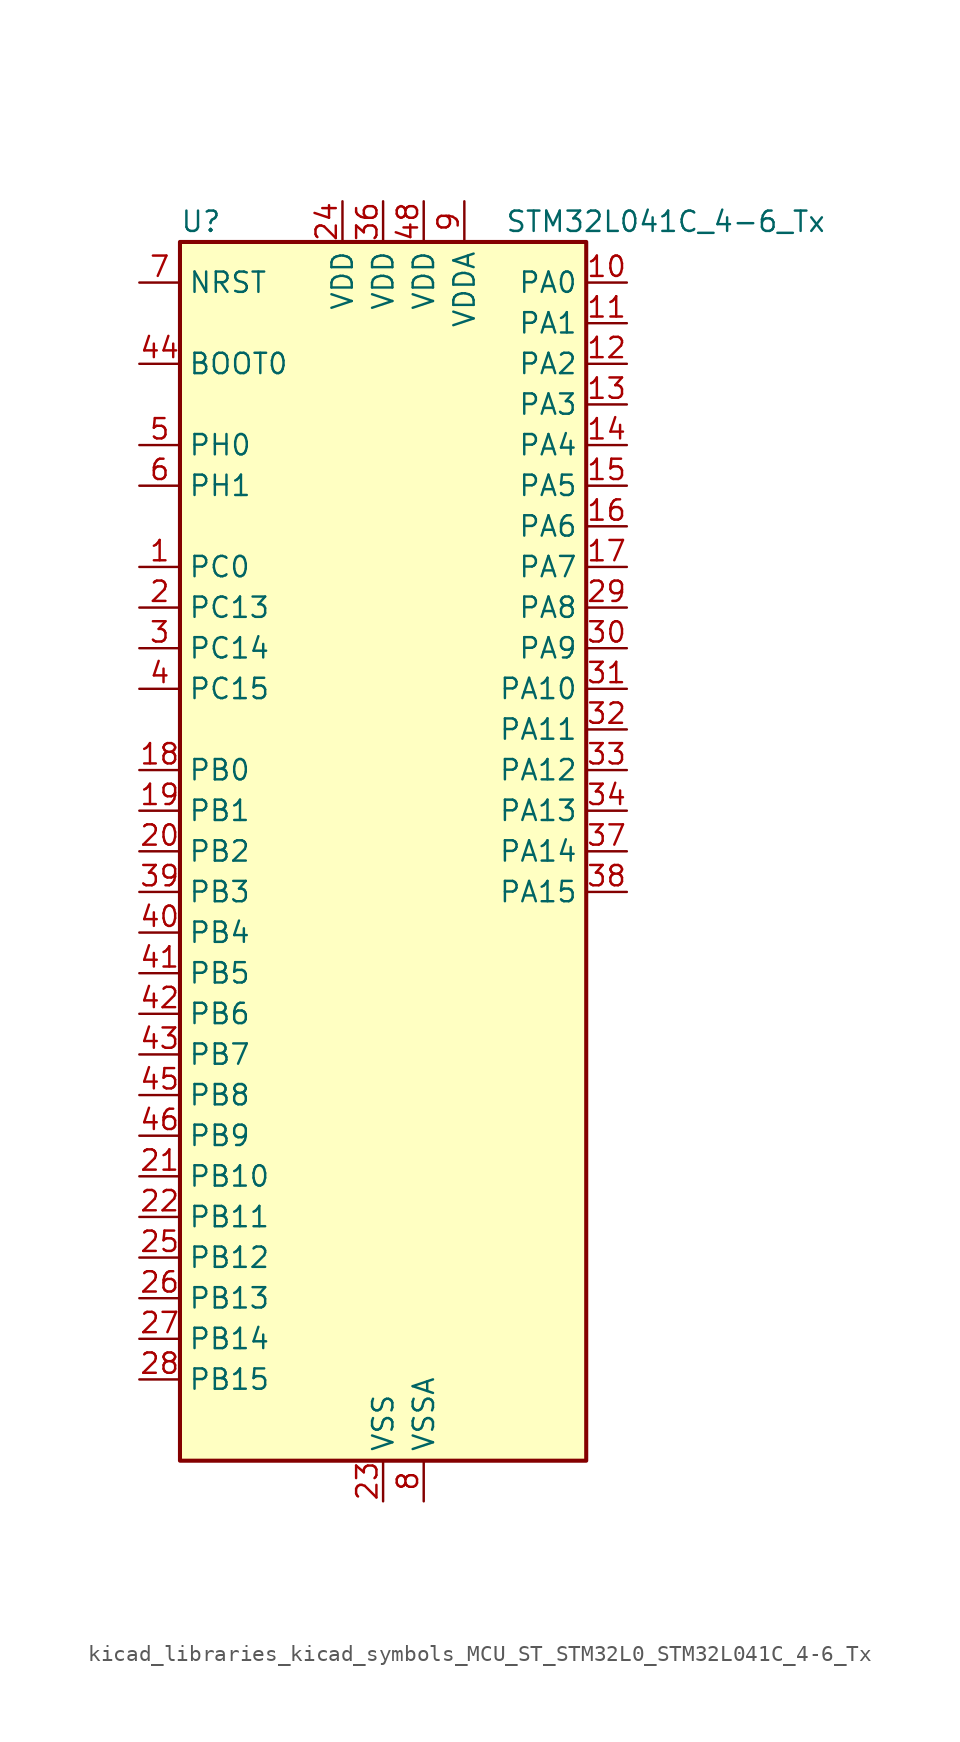
<source format=kicad_sym>
(kicad_symbol_lib
  (version 20220914)
  (generator kicad_symbol_editor)
  (symbol "kicad_libraries_kicad_symbols_MCU_ST_STM32L0_STM32L041C_4-6_Tx"
    (property "Reference" "U"
      (at -12.7 39.37 0)
      (effects (font (size 1.27 1.27)) (justify left)))
    (property "Value" "STM32L041C_4-6_Tx"
      (at 7.62 39.37 0)
      (effects (font (size 1.27 1.27)) (justify left)))
    (property "ki_locked" ""
      (at 0 0 0)
      (effects (font (size 1.27 1.27))))
    (symbol "kicad_libraries_kicad_symbols_MCU_ST_STM32L0_STM32L041C_4-6_Tx_0_1"
      (rectangle (start -12.7 -38.1) (end 12.7 38.1) (stroke (width 0.254) (type default)) (fill (type background))))
    (symbol "kicad_libraries_kicad_symbols_MCU_ST_STM32L0_STM32L041C_4-6_Tx_1_1"
      (pin bidirectional line (at -15.24 17.78 0) (length 2.54) (name "PC0" (effects (font (size 1.27 1.27)))) (number "1" (effects (font (size 1.27 1.27)))) (alternate "LPTIM1_IN1" bidirectional line) (alternate "LPUART1_RX" bidirectional line))
      (pin bidirectional line (at 15.24 35.56 180) (length 2.54) (name "PA0" (effects (font (size 1.27 1.27)))) (number "10" (effects (font (size 1.27 1.27)))) (alternate "ADC_IN0" bidirectional line) (alternate "COMP1_INM" bidirectional line) (alternate "COMP1_OUT" bidirectional line) (alternate "LPTIM1_IN1" bidirectional line) (alternate "RTC_TAMP2" bidirectional line) (alternate "SYS_WKUP1" bidirectional line) (alternate "TIM2_CH1" bidirectional line) (alternate "TIM2_ETR" bidirectional line) (alternate "USART2_CTS" bidirectional line))
      (pin bidirectional line (at 15.24 33.02 180) (length 2.54) (name "PA1" (effects (font (size 1.27 1.27)))) (number "11" (effects (font (size 1.27 1.27)))) (alternate "ADC_IN1" bidirectional line) (alternate "COMP1_INP" bidirectional line) (alternate "I2C1_SMBA" bidirectional line) (alternate "LPTIM1_IN2" bidirectional line) (alternate "TIM21_ETR" bidirectional line) (alternate "TIM2_CH2" bidirectional line) (alternate "USART2_DE" bidirectional line) (alternate "USART2_RTS" bidirectional line))
      (pin bidirectional line (at 15.24 30.48 180) (length 2.54) (name "PA2" (effects (font (size 1.27 1.27)))) (number "12" (effects (font (size 1.27 1.27)))) (alternate "ADC_IN2" bidirectional line) (alternate "COMP2_INM" bidirectional line) (alternate "COMP2_OUT" bidirectional line) (alternate "LPUART1_TX" bidirectional line) (alternate "RTC_OUT_ALARM" bidirectional line) (alternate "RTC_OUT_CALIB" bidirectional line) (alternate "RTC_TAMP3" bidirectional line) (alternate "RTC_TS" bidirectional line) (alternate "SYS_WKUP3" bidirectional line) (alternate "TIM21_CH1" bidirectional line) (alternate "TIM2_CH3" bidirectional line) (alternate "USART2_TX" bidirectional line))
      (pin bidirectional line (at 15.24 27.94 180) (length 2.54) (name "PA3" (effects (font (size 1.27 1.27)))) (number "13" (effects (font (size 1.27 1.27)))) (alternate "ADC_IN3" bidirectional line) (alternate "COMP2_INP" bidirectional line) (alternate "LPUART1_RX" bidirectional line) (alternate "TIM21_CH2" bidirectional line) (alternate "TIM2_CH4" bidirectional line) (alternate "USART2_RX" bidirectional line))
      (pin bidirectional line (at 15.24 25.4 180) (length 2.54) (name "PA4" (effects (font (size 1.27 1.27)))) (number "14" (effects (font (size 1.27 1.27)))) (alternate "ADC_IN4" bidirectional line) (alternate "COMP1_INM" bidirectional line) (alternate "COMP2_INM" bidirectional line) (alternate "LPTIM1_IN1" bidirectional line) (alternate "SPI1_NSS" bidirectional line) (alternate "TIM22_ETR" bidirectional line) (alternate "USART2_CK" bidirectional line))
      (pin bidirectional line (at 15.24 22.86 180) (length 2.54) (name "PA5" (effects (font (size 1.27 1.27)))) (number "15" (effects (font (size 1.27 1.27)))) (alternate "ADC_IN5" bidirectional line) (alternate "COMP1_INM" bidirectional line) (alternate "COMP2_INM" bidirectional line) (alternate "LPTIM1_IN2" bidirectional line) (alternate "SPI1_SCK" bidirectional line) (alternate "TIM2_CH1" bidirectional line) (alternate "TIM2_ETR" bidirectional line))
      (pin bidirectional line (at 15.24 20.32 180) (length 2.54) (name "PA6" (effects (font (size 1.27 1.27)))) (number "16" (effects (font (size 1.27 1.27)))) (alternate "ADC_IN6" bidirectional line) (alternate "COMP1_OUT" bidirectional line) (alternate "LPTIM1_ETR" bidirectional line) (alternate "LPUART1_CTS" bidirectional line) (alternate "SPI1_MISO" bidirectional line) (alternate "TIM22_CH1" bidirectional line))
      (pin bidirectional line (at 15.24 17.78 180) (length 2.54) (name "PA7" (effects (font (size 1.27 1.27)))) (number "17" (effects (font (size 1.27 1.27)))) (alternate "ADC_IN7" bidirectional line) (alternate "COMP2_OUT" bidirectional line) (alternate "LPTIM1_OUT" bidirectional line) (alternate "SPI1_MOSI" bidirectional line) (alternate "TIM22_CH2" bidirectional line) (alternate "USART2_CTS" bidirectional line))
      (pin bidirectional line (at -15.24 5.08 0) (length 2.54) (name "PB0" (effects (font (size 1.27 1.27)))) (number "18" (effects (font (size 1.27 1.27)))) (alternate "ADC_IN8" bidirectional line) (alternate "SPI1_MISO" bidirectional line) (alternate "SYS_VREF_OUT_PB0" bidirectional line) (alternate "TIM2_CH3" bidirectional line) (alternate "USART2_DE" bidirectional line) (alternate "USART2_RTS" bidirectional line))
      (pin bidirectional line (at -15.24 2.54 0) (length 2.54) (name "PB1" (effects (font (size 1.27 1.27)))) (number "19" (effects (font (size 1.27 1.27)))) (alternate "ADC_IN9" bidirectional line) (alternate "LPUART1_DE" bidirectional line) (alternate "LPUART1_RTS" bidirectional line) (alternate "SPI1_MOSI" bidirectional line) (alternate "SYS_VREF_OUT_PB1" bidirectional line) (alternate "TIM2_CH4" bidirectional line) (alternate "USART2_CK" bidirectional line))
      (pin bidirectional line (at -15.24 15.24 0) (length 2.54) (name "PC13" (effects (font (size 1.27 1.27)))) (number "2" (effects (font (size 1.27 1.27)))) (alternate "RTC_TAMP1" bidirectional line) (alternate "SYS_WKUP2" bidirectional line))
      (pin bidirectional line (at -15.24 0 0) (length 2.54) (name "PB2" (effects (font (size 1.27 1.27)))) (number "20" (effects (font (size 1.27 1.27)))) (alternate "LPTIM1_OUT" bidirectional line))
      (pin bidirectional line (at -15.24 -20.32 0) (length 2.54) (name "PB10" (effects (font (size 1.27 1.27)))) (number "21" (effects (font (size 1.27 1.27)))) (alternate "LPUART1_TX" bidirectional line) (alternate "TIM2_CH3" bidirectional line))
      (pin bidirectional line (at -15.24 -22.86 0) (length 2.54) (name "PB11" (effects (font (size 1.27 1.27)))) (number "22" (effects (font (size 1.27 1.27)))) (alternate "ADC_EXTI11" bidirectional line) (alternate "LPUART1_RX" bidirectional line) (alternate "TIM2_CH4" bidirectional line))
      (pin power_in line (at 0 -40.64 90) (length 2.54) (name "VSS" (effects (font (size 1.27 1.27)))) (number "23" (effects (font (size 1.27 1.27)))))
      (pin power_in line (at -2.54 40.64 270) (length 2.54) (name "VDD" (effects (font (size 1.27 1.27)))) (number "24" (effects (font (size 1.27 1.27)))))
      (pin bidirectional line (at -15.24 -25.4 0) (length 2.54) (name "PB12" (effects (font (size 1.27 1.27)))) (number "25" (effects (font (size 1.27 1.27)))) (alternate "SPI1_NSS" bidirectional line))
      (pin bidirectional line (at -15.24 -27.94 0) (length 2.54) (name "PB13" (effects (font (size 1.27 1.27)))) (number "26" (effects (font (size 1.27 1.27)))) (alternate "LPUART1_CTS" bidirectional line) (alternate "RCC_MCO" bidirectional line) (alternate "SPI1_SCK" bidirectional line) (alternate "TIM21_CH1" bidirectional line))
      (pin bidirectional line (at -15.24 -30.48 0) (length 2.54) (name "PB14" (effects (font (size 1.27 1.27)))) (number "27" (effects (font (size 1.27 1.27)))) (alternate "LPUART1_DE" bidirectional line) (alternate "LPUART1_RTS" bidirectional line) (alternate "RTC_OUT_ALARM" bidirectional line) (alternate "RTC_OUT_CALIB" bidirectional line) (alternate "SPI1_MISO" bidirectional line) (alternate "TIM21_CH2" bidirectional line))
      (pin bidirectional line (at -15.24 -33.02 0) (length 2.54) (name "PB15" (effects (font (size 1.27 1.27)))) (number "28" (effects (font (size 1.27 1.27)))) (alternate "RTC_REFIN" bidirectional line) (alternate "SPI1_MOSI" bidirectional line))
      (pin bidirectional line (at 15.24 15.24 180) (length 2.54) (name "PA8" (effects (font (size 1.27 1.27)))) (number "29" (effects (font (size 1.27 1.27)))) (alternate "LPTIM1_IN1" bidirectional line) (alternate "RCC_MCO" bidirectional line) (alternate "TIM2_CH1" bidirectional line) (alternate "USART2_CK" bidirectional line))
      (pin bidirectional line (at -15.24 12.7 0) (length 2.54) (name "PC14" (effects (font (size 1.27 1.27)))) (number "3" (effects (font (size 1.27 1.27)))) (alternate "RCC_OSC32_IN" bidirectional line))
      (pin bidirectional line (at 15.24 12.7 180) (length 2.54) (name "PA9" (effects (font (size 1.27 1.27)))) (number "30" (effects (font (size 1.27 1.27)))) (alternate "I2C1_SCL" bidirectional line) (alternate "RCC_MCO" bidirectional line) (alternate "TIM22_CH1" bidirectional line) (alternate "USART2_TX" bidirectional line))
      (pin bidirectional line (at 15.24 10.16 180) (length 2.54) (name "PA10" (effects (font (size 1.27 1.27)))) (number "31" (effects (font (size 1.27 1.27)))) (alternate "I2C1_SDA" bidirectional line) (alternate "TIM22_CH2" bidirectional line) (alternate "USART2_RX" bidirectional line))
      (pin bidirectional line (at 15.24 7.62 180) (length 2.54) (name "PA11" (effects (font (size 1.27 1.27)))) (number "32" (effects (font (size 1.27 1.27)))) (alternate "ADC_EXTI11" bidirectional line) (alternate "COMP1_OUT" bidirectional line) (alternate "SPI1_MISO" bidirectional line) (alternate "TIM21_CH2" bidirectional line) (alternate "USART2_CTS" bidirectional line))
      (pin bidirectional line (at 15.24 5.08 180) (length 2.54) (name "PA12" (effects (font (size 1.27 1.27)))) (number "33" (effects (font (size 1.27 1.27)))) (alternate "COMP2_OUT" bidirectional line) (alternate "SPI1_MOSI" bidirectional line) (alternate "USART2_DE" bidirectional line) (alternate "USART2_RTS" bidirectional line))
      (pin bidirectional line (at 15.24 2.54 180) (length 2.54) (name "PA13" (effects (font (size 1.27 1.27)))) (number "34" (effects (font (size 1.27 1.27)))) (alternate "LPTIM1_ETR" bidirectional line) (alternate "LPUART1_RX" bidirectional line) (alternate "SYS_SWDIO" bidirectional line))
      (pin passive line (at 0 -40.64 90) (length 2.54) hide (name "VSS" (effects (font (size 1.27 1.27)))) (number "35" (effects (font (size 1.27 1.27)))))
      (pin power_in line (at 0 40.64 270) (length 2.54) (name "VDD" (effects (font (size 1.27 1.27)))) (number "36" (effects (font (size 1.27 1.27)))))
      (pin bidirectional line (at 15.24 0 180) (length 2.54) (name "PA14" (effects (font (size 1.27 1.27)))) (number "37" (effects (font (size 1.27 1.27)))) (alternate "I2C1_SMBA" bidirectional line) (alternate "LPTIM1_OUT" bidirectional line) (alternate "LPUART1_TX" bidirectional line) (alternate "SYS_SWCLK" bidirectional line) (alternate "USART2_TX" bidirectional line))
      (pin bidirectional line (at 15.24 -2.54 180) (length 2.54) (name "PA15" (effects (font (size 1.27 1.27)))) (number "38" (effects (font (size 1.27 1.27)))) (alternate "SPI1_NSS" bidirectional line) (alternate "TIM2_CH1" bidirectional line) (alternate "TIM2_ETR" bidirectional line) (alternate "USART2_RX" bidirectional line))
      (pin bidirectional line (at -15.24 -2.54 0) (length 2.54) (name "PB3" (effects (font (size 1.27 1.27)))) (number "39" (effects (font (size 1.27 1.27)))) (alternate "COMP2_INM" bidirectional line) (alternate "SPI1_SCK" bidirectional line) (alternate "TIM2_CH2" bidirectional line))
      (pin bidirectional line (at -15.24 10.16 0) (length 2.54) (name "PC15" (effects (font (size 1.27 1.27)))) (number "4" (effects (font (size 1.27 1.27)))) (alternate "RCC_OSC32_OUT" bidirectional line))
      (pin bidirectional line (at -15.24 -5.08 0) (length 2.54) (name "PB4" (effects (font (size 1.27 1.27)))) (number "40" (effects (font (size 1.27 1.27)))) (alternate "COMP2_INP" bidirectional line) (alternate "SPI1_MISO" bidirectional line) (alternate "TIM22_CH1" bidirectional line))
      (pin bidirectional line (at -15.24 -7.62 0) (length 2.54) (name "PB5" (effects (font (size 1.27 1.27)))) (number "41" (effects (font (size 1.27 1.27)))) (alternate "COMP2_INP" bidirectional line) (alternate "I2C1_SMBA" bidirectional line) (alternate "LPTIM1_IN1" bidirectional line) (alternate "SPI1_MOSI" bidirectional line) (alternate "TIM22_CH2" bidirectional line))
      (pin bidirectional line (at -15.24 -10.16 0) (length 2.54) (name "PB6" (effects (font (size 1.27 1.27)))) (number "42" (effects (font (size 1.27 1.27)))) (alternate "COMP2_INP" bidirectional line) (alternate "I2C1_SCL" bidirectional line) (alternate "LPTIM1_ETR" bidirectional line) (alternate "TIM21_CH1" bidirectional line) (alternate "USART2_TX" bidirectional line))
      (pin bidirectional line (at -15.24 -12.7 0) (length 2.54) (name "PB7" (effects (font (size 1.27 1.27)))) (number "43" (effects (font (size 1.27 1.27)))) (alternate "COMP2_INP" bidirectional line) (alternate "I2C1_SDA" bidirectional line) (alternate "LPTIM1_IN2" bidirectional line) (alternate "SYS_PVD_IN" bidirectional line) (alternate "USART2_RX" bidirectional line))
      (pin input line (at -15.24 30.48 0) (length 2.54) (name "BOOT0" (effects (font (size 1.27 1.27)))) (number "44" (effects (font (size 1.27 1.27)))))
      (pin bidirectional line (at -15.24 -15.24 0) (length 2.54) (name "PB8" (effects (font (size 1.27 1.27)))) (number "45" (effects (font (size 1.27 1.27)))) (alternate "I2C1_SCL" bidirectional line))
      (pin bidirectional line (at -15.24 -17.78 0) (length 2.54) (name "PB9" (effects (font (size 1.27 1.27)))) (number "46" (effects (font (size 1.27 1.27)))) (alternate "I2C1_SDA" bidirectional line))
      (pin passive line (at 0 -40.64 90) (length 2.54) hide (name "VSS" (effects (font (size 1.27 1.27)))) (number "47" (effects (font (size 1.27 1.27)))))
      (pin power_in line (at 2.54 40.64 270) (length 2.54) (name "VDD" (effects (font (size 1.27 1.27)))) (number "48" (effects (font (size 1.27 1.27)))))
      (pin bidirectional line (at -15.24 25.4 0) (length 2.54) (name "PH0" (effects (font (size 1.27 1.27)))) (number "5" (effects (font (size 1.27 1.27)))) (alternate "RCC_OSC_IN" bidirectional line))
      (pin bidirectional line (at -15.24 22.86 0) (length 2.54) (name "PH1" (effects (font (size 1.27 1.27)))) (number "6" (effects (font (size 1.27 1.27)))) (alternate "RCC_OSC_OUT" bidirectional line))
      (pin input line (at -15.24 35.56 0) (length 2.54) (name "NRST" (effects (font (size 1.27 1.27)))) (number "7" (effects (font (size 1.27 1.27)))))
      (pin power_in line (at 2.54 -40.64 90) (length 2.54) (name "VSSA" (effects (font (size 1.27 1.27)))) (number "8" (effects (font (size 1.27 1.27)))))
      (pin power_in line (at 5.08 40.64 270) (length 2.54) (name "VDDA" (effects (font (size 1.27 1.27)))) (number "9" (effects (font (size 1.27 1.27))))))))
</source>
